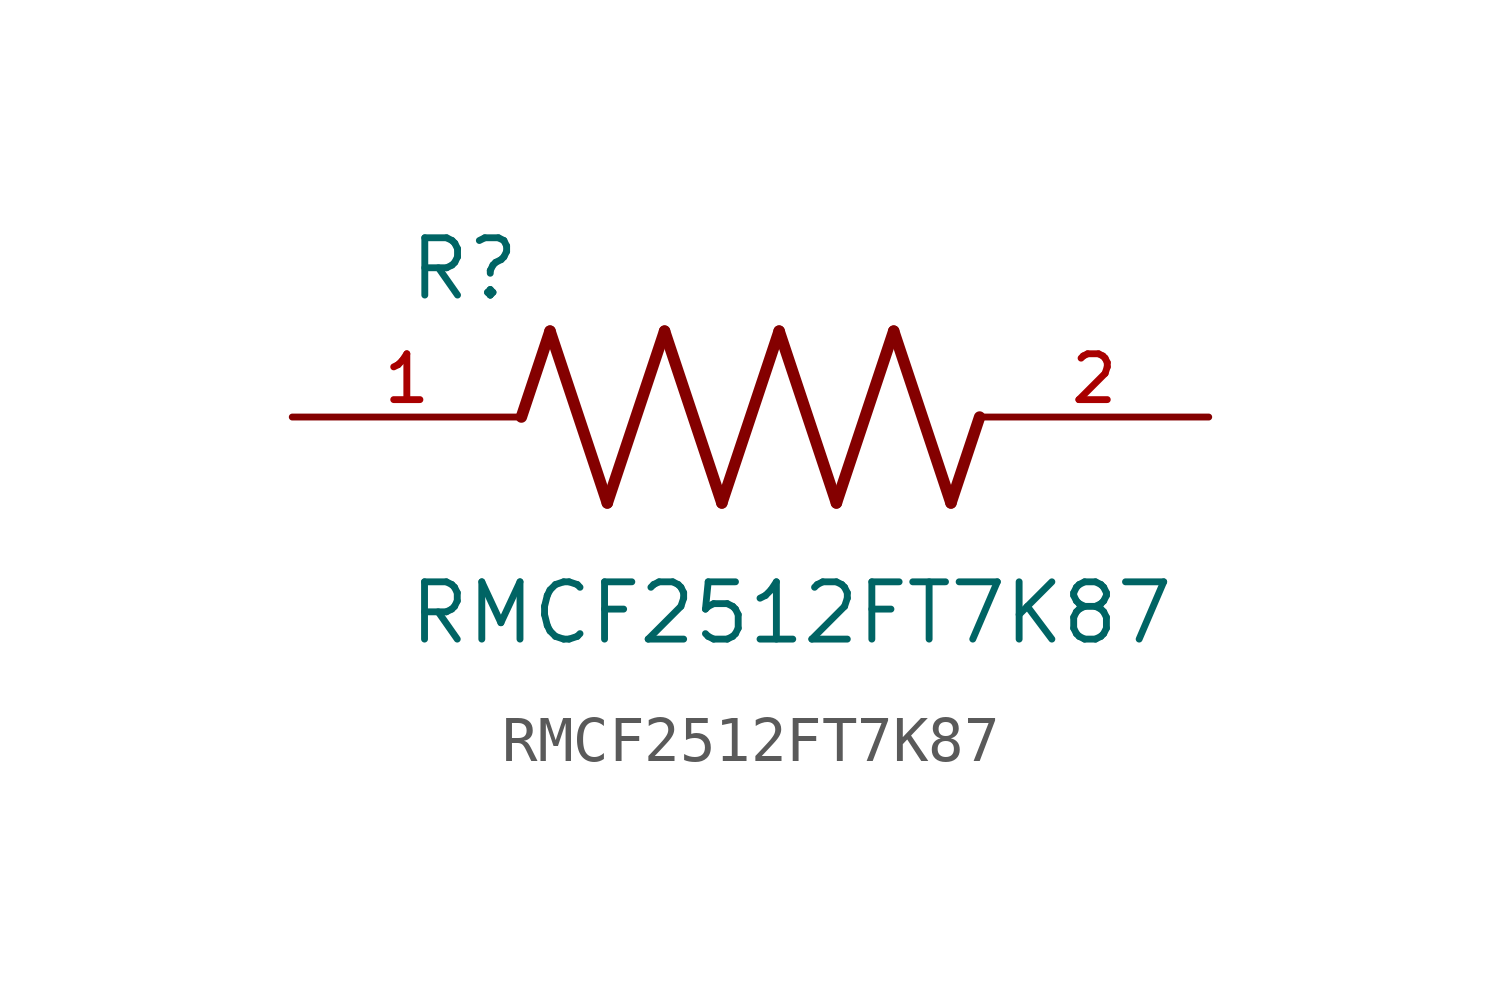
<source format=kicad_sym>
(kicad_symbol_lib
  (version 20211014)
  (generator kicad_symbol_editor)
  (symbol "RMCF2512FT7K87"
    (pin_names
      (offset 1.016))
    (property "Reference" "R"
      (at -7.624 2.541 0)
      (effects (font (size 1.27 1.27)) (justify bottom left)))
    (property "Value" "RMCF2512FT7K87"
      (at -7.63 -5.087 0)
      (effects (font (size 1.27 1.27)) (justify bottom left)))
    (symbol "RMCF2512FT7K87_0_0"
      (polyline (pts (xy -5.08 0.0) (xy -4.445 1.905)) (stroke (width 0.254)))
      (polyline (pts (xy -4.445 1.905) (xy -3.175 -1.905)) (stroke (width 0.254)))
      (polyline (pts (xy -3.175 -1.905) (xy -1.905 1.905)) (stroke (width 0.254)))
      (polyline (pts (xy -1.905 1.905) (xy -0.635 -1.905)) (stroke (width 0.254)))
      (polyline (pts (xy -0.635 -1.905) (xy 0.635 1.905)) (stroke (width 0.254)))
      (polyline (pts (xy 0.635 1.905) (xy 1.905 -1.905)) (stroke (width 0.254)))
      (polyline (pts (xy 1.905 -1.905) (xy 3.175 1.905)) (stroke (width 0.254)))
      (polyline (pts (xy 3.175 1.905) (xy 4.445 -1.905)) (stroke (width 0.254)))
      (polyline (pts (xy 4.445 -1.905) (xy 5.08 0.0)) (stroke (width 0.254)))
      (pin passive line (at -10.16 0.0 0) (length 5.08) (name "~" (effects (font (size 1.016 1.016)))) (number "1" (effects (font (size 1.016 1.016)))))
      (pin passive line (at 10.16 0.0 180.0) (length 5.08) (name "~" (effects (font (size 1.016 1.016)))) (number "2" (effects (font (size 1.016 1.016))))))))
</source>
